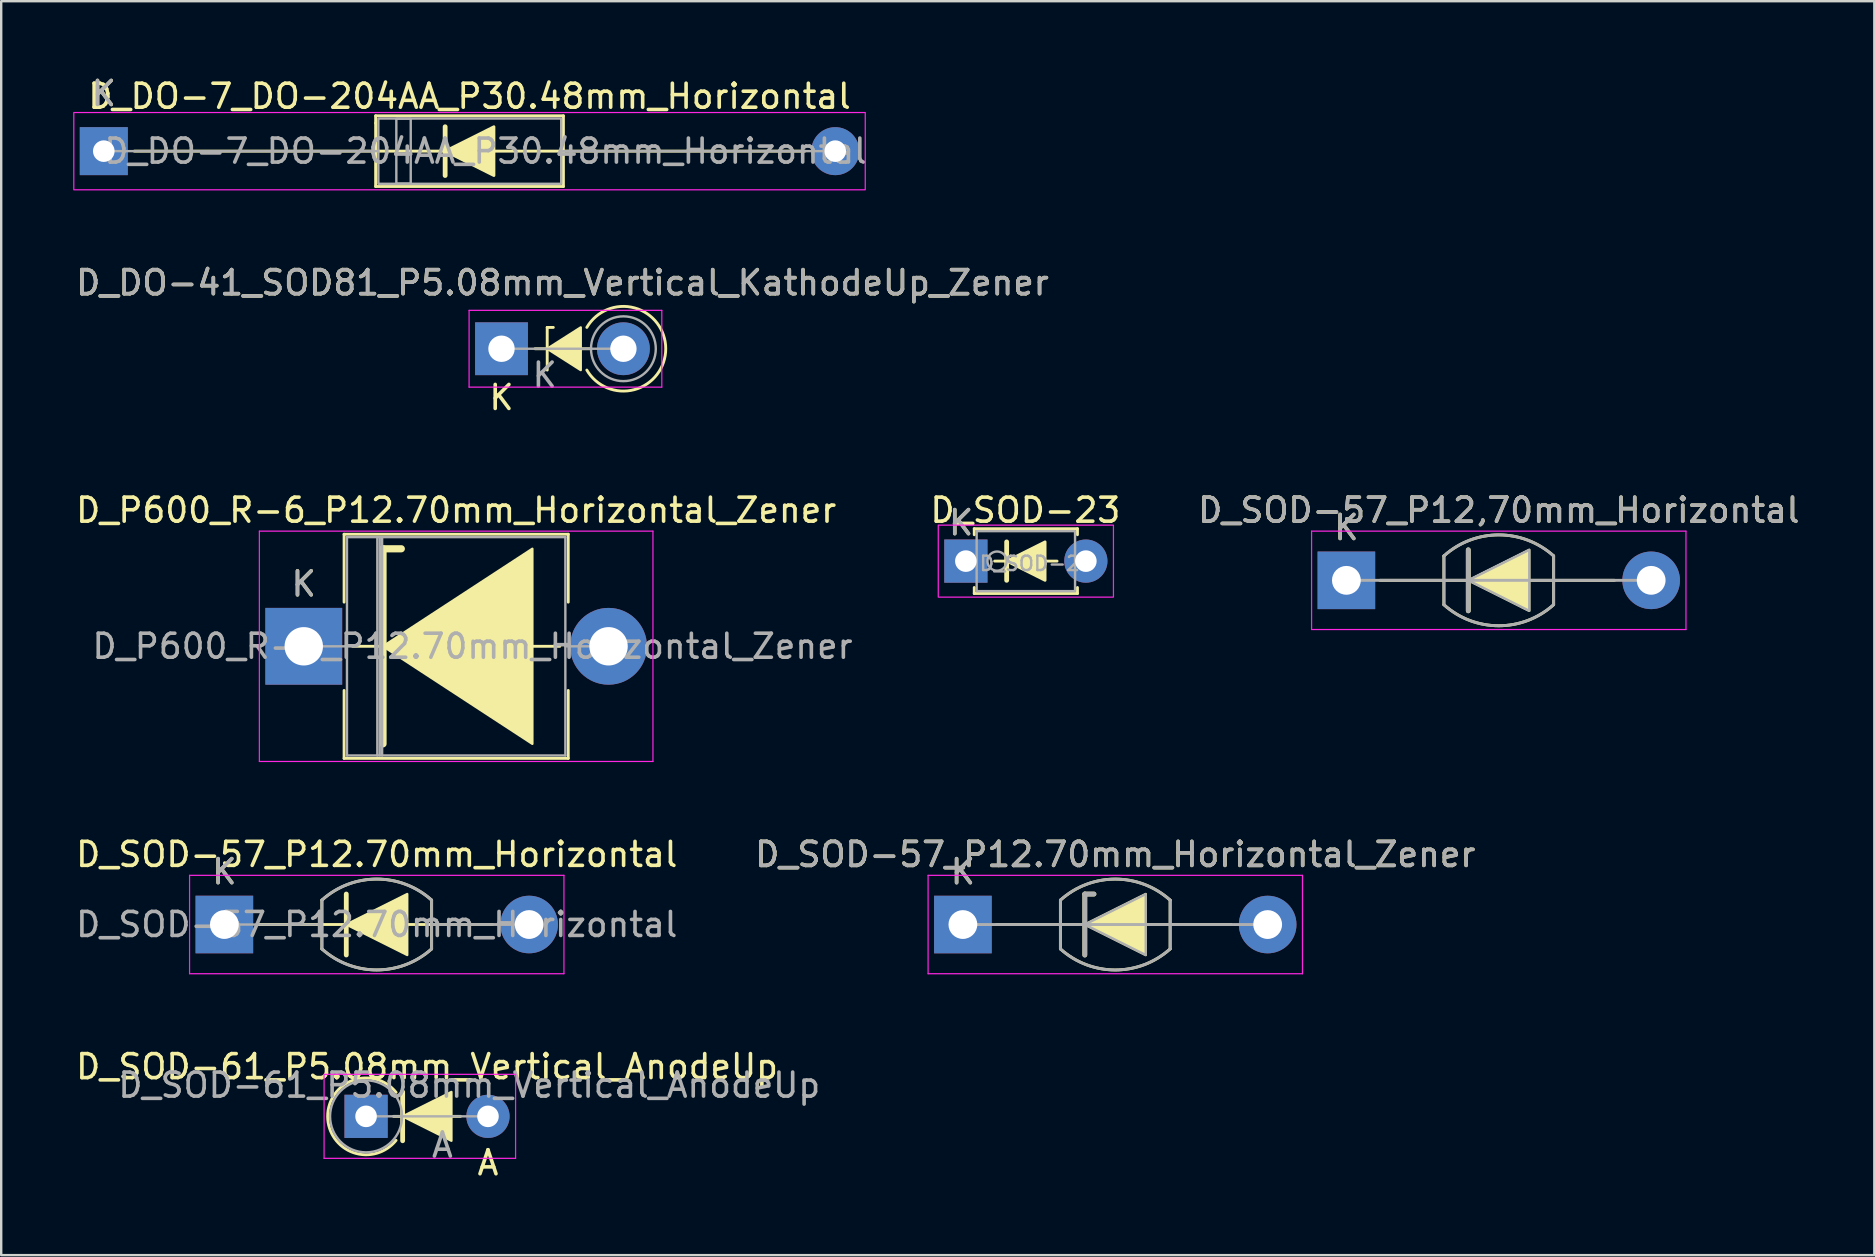
<source format=kicad_pcb>
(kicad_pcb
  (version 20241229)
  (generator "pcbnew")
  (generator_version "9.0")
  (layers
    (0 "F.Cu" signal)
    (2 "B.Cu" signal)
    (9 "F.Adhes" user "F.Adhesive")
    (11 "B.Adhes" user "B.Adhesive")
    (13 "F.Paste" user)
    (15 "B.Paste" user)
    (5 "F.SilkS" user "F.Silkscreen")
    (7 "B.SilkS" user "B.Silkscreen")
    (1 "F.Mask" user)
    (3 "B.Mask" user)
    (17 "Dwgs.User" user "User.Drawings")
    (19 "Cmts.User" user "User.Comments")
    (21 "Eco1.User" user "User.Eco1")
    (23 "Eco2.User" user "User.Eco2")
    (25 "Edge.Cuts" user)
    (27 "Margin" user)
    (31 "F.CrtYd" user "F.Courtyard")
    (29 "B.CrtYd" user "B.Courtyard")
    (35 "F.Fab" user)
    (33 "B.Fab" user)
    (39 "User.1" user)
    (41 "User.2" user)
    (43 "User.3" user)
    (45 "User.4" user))
  (footprint "D_DO-7_DO-204AA_P30.48mm_Horizontal"
    (layer "F.Cu")
    (at 1.275 3.248)
    (property "Reference" "D_DO-7_DO-204AA_P30.48mm_Horizontal" (at 15.24 -2.286 0) (layer "F.SilkS") (effects (font (size 1 1) (thickness 0.15))))
    (fp_line (start 1.27 0) (end 29.21 0) (stroke (width 0.12) (type default)) (layer "F.SilkS"))
    (fp_line (start 11.328 -1.473) (end 11.328 -1.168) (stroke (width 0.12) (type default)) (layer "F.SilkS"))
    (fp_line (start 11.328 -1.473) (end 19.152 -1.473) (stroke (width 0.12) (type default)) (layer "F.SilkS"))
    (fp_line (start 11.328 -1.168) (end 11.328 1.473) (stroke (width 0.12) (type default)) (layer "F.SilkS"))
    (fp_line (start 11.328 1.473) (end 19.152 1.473) (stroke (width 0.12) (type default)) (layer "F.SilkS"))
    (fp_line (start 14.224 -1.016) (end 14.224 1.016) (stroke (width 0.2) (type default)) (layer "F.SilkS"))
    (fp_line (start 19.152 -1.473) (end 19.152 -0.61) (stroke (width 0.12) (type default)) (layer "F.SilkS"))
    (fp_line (start 19.152 -0.61) (end 19.152 1.473) (stroke (width 0.12) (type default)) (layer "F.SilkS"))
    (fp_poly (pts (xy 16.256 1.016) (xy 14.224 0) (xy 16.256 -1.016)) (stroke (width 0.12) (type solid)) (fill yes) (layer "F.SilkS"))
    (fp_rect (start -1.25 -1.61) (end 31.73 1.61) (stroke (width 0.05) (type default)) (fill no) (layer "F.CrtYd"))
    (fp_line (start 0 0) (end 11.44 0) (stroke (width 0.1) (type solid)) (layer "F.Fab"))
    (fp_line (start 30.48 0) (end 19.06 0) (stroke (width 0.1) (type solid)) (layer "F.Fab"))
    (fp_rect (start 11.44 -1.36) (end 19.06 1.36) (stroke (width 0.1) (type default)) (fill no) (layer "F.Fab"))
    (fp_rect (start 12.19 -1.35) (end 12.79 1.35) (stroke (width 0.1) (type solid)) (fill no) (layer "F.Fab"))
    (fp_text user "K" (at 0 -2.4 0) (layer "F.SilkS") (effects (font (size 1 1) (thickness 0.15))))
    (fp_text user "${REFERENCE}" (at 15.908 0 0) (layer "F.Fab") (effects (font (size 1 1) (thickness 0.15))))
    (fp_text user "K" (at 0 -2.4 0) (layer "F.Fab") (effects (font (size 1 1) (thickness 0.15))))
    (pad "1" thru_hole rect (at 0 0) (size 2 2) (drill 0.9) (layers "*.Cu" "*.Mask"))
    (pad "2" thru_hole oval (at 30.48 0) (size 2 2) (drill 0.9) (layers "*.Cu" "*.Mask")))
  (footprint "D_SOD-57_P12,70mm_Horizontal"
    (layer "F.Cu")
    (at 53.053 21.132)
    (property "Reference" "D_SOD-57_P12,70mm_Horizontal" (at 6.35 -2.92 0) (layer "F.SilkS") (effects (font (size 1 1) (thickness 0.15))))
    (attr through_hole)
    (fp_line (start 1.397 0) (end 11.176 0) (stroke (width 0.12) (type solid)) (layer "F.SilkS"))
    (fp_line (start 4.064 -1.016) (end 4.064 1.016) (stroke (width 0.12) (type solid)) (layer "F.SilkS"))
    (fp_line (start 5.08 1.27) (end 5.08 -1.27) (stroke (width 0.2) (type solid)) (layer "F.SilkS"))
    (fp_line (start 8.636 -1.016) (end 8.636 1.016) (stroke (width 0.12) (type solid)) (layer "F.SilkS"))
    (fp_arc (start 4.064 -1.016) (mid 6.349999 -1.89322) (end 8.635998 -1.016) (stroke (width 0.12) (type solid)) (layer "F.SilkS"))
    (fp_arc (start 8.636 1.016) (mid 6.350001 1.89322) (end 4.064002 1.016) (stroke (width 0.12) (type solid)) (layer "F.SilkS"))
    (fp_poly (pts (xy 7.62 1.27) (xy 5.08 0) (xy 7.62 -1.27)) (stroke (width 0.1) (type solid)) (fill yes) (layer "F.SilkS"))
    (fp_line (start -1.45 -2.05) (end -1.45 2.05) (stroke (width 0.05) (type solid)) (layer "F.CrtYd"))
    (fp_line (start -1.45 2.05) (end 14.15 2.05) (stroke (width 0.05) (type solid)) (layer "F.CrtYd"))
    (fp_line (start 14.15 -2.05) (end -1.45 -2.05) (stroke (width 0.05) (type solid)) (layer "F.CrtYd"))
    (fp_line (start 14.15 2.05) (end 14.15 -2.05) (stroke (width 0.05) (type solid)) (layer "F.CrtYd"))
    (fp_line (start 0 0) (end 12.7 0) (stroke (width 0.12) (type solid)) (layer "F.Fab"))
    (fp_line (start 4.064 -1.016) (end 4.064 1.016) (stroke (width 0.12) (type solid)) (layer "F.Fab"))
    (fp_line (start 5.08 1.27) (end 5.08 -1.27) (stroke (width 0.2) (type solid)) (layer "F.Fab"))
    (fp_line (start 8.636 -1.016) (end 8.636 1.016) (stroke (width 0.12) (type solid)) (layer "F.Fab"))
    (fp_arc (start 4.064 -1.016) (mid 6.35037 -1.894241) (end 8.637132 -1.017021) (stroke (width 0.12) (type solid)) (layer "F.Fab"))
    (fp_arc (start 8.637134 1.014979) (mid 6.350764 1.89322) (end 4.064002 1.016) (stroke (width 0.12) (type solid)) (layer "F.Fab"))
    (fp_poly (pts (xy 7.62 1.27) (xy 5.08 0) (xy 7.62 -1.27)) (stroke (width 0.1) (type solid)) (fill no) (layer "F.Fab"))
    (fp_text user "K" (at 0 -2.2 0) (layer "F.SilkS") (effects (font (size 1 1) (thickness 0.15))))
    (fp_text user "K" (at 0 -2.2 0) (layer "F.Fab") (effects (font (size 1 1) (thickness 0.15))))
    (fp_text user "${REFERENCE}" (at 6.35 -2.921 0) (layer "F.Fab") (effects (font (size 1 1) (thickness 0.15))))
    (pad "1" thru_hole rect (at 0 0) (size 2.4 2.4) (drill 1.2) (layers "*.Cu" "*.Mask"))
    (pad "2" thru_hole oval (at 12.7 0) (size 2.4 2.4) (drill 1.2) (layers "*.Cu" "*.Mask")))
  (footprint "D_SOD-57_P12.70mm_Horizontal_Zener"
    (layer "F.Cu")
    (at 37.073 35.475)
    (property "Reference" "D_SOD-57_P12.70mm_Horizontal_Zener" (at 6.35 -2.92 0) (layer "F.SilkS") (effects (font (size 1 1) (thickness 0.15))))
    (attr through_hole)
    (fp_line (start 1.397 0) (end 11.176 0) (stroke (width 0.12) (type solid)) (layer "F.SilkS"))
    (fp_line (start 4.064 -1.016) (end 4.064 1.016) (stroke (width 0.12) (type solid)) (layer "F.SilkS"))
    (fp_line (start 5.08 -1.27) (end 5.461 -1.27) (stroke (width 0.2) (type solid)) (layer "F.SilkS"))
    (fp_line (start 5.08 1.27) (end 5.08 -1.27) (stroke (width 0.2) (type solid)) (layer "F.SilkS"))
    (fp_line (start 8.636 -1.016) (end 8.636 1.016) (stroke (width 0.12) (type solid)) (layer "F.SilkS"))
    (fp_arc (start 4.064 -1.016) (mid 6.349999 -1.89322) (end 8.635998 -1.016) (stroke (width 0.12) (type solid)) (layer "F.SilkS"))
    (fp_arc (start 8.636 1.016) (mid 6.350001 1.89322) (end 4.064002 1.016) (stroke (width 0.12) (type solid)) (layer "F.SilkS"))
    (fp_poly (pts (xy 7.62 1.27) (xy 5.08 0) (xy 7.62 -1.27)) (stroke (width 0.1) (type solid)) (fill yes) (layer "F.SilkS"))
    (fp_line (start -1.45 -2.05) (end -1.45 2.05) (stroke (width 0.05) (type solid)) (layer "F.CrtYd"))
    (fp_line (start -1.45 2.05) (end 14.15 2.05) (stroke (width 0.05) (type solid)) (layer "F.CrtYd"))
    (fp_line (start 14.15 -2.05) (end -1.45 -2.05) (stroke (width 0.05) (type solid)) (layer "F.CrtYd"))
    (fp_line (start 14.15 2.05) (end 14.15 -2.05) (stroke (width 0.05) (type solid)) (layer "F.CrtYd"))
    (fp_line (start 0 0) (end 12.7 0) (stroke (width 0.12) (type solid)) (layer "F.Fab"))
    (fp_line (start 4.064 -1.016) (end 4.064 1.016) (stroke (width 0.12) (type solid)) (layer "F.Fab"))
    (fp_line (start 5.08 -1.27) (end 5.461 -1.27) (stroke (width 0.2) (type solid)) (layer "F.Fab"))
    (fp_line (start 5.08 1.27) (end 5.08 -1.27) (stroke (width 0.2) (type solid)) (layer "F.Fab"))
    (fp_line (start 8.636 -1.016) (end 8.636 1.016) (stroke (width 0.12) (type solid)) (layer "F.Fab"))
    (fp_arc (start 4.064 -1.016) (mid 6.35037 -1.894241) (end 8.637132 -1.017021) (stroke (width 0.12) (type solid)) (layer "F.Fab"))
    (fp_arc (start 8.637134 1.014979) (mid 6.350764 1.89322) (end 4.064002 1.016) (stroke (width 0.12) (type solid)) (layer "F.Fab"))
    (fp_poly (pts (xy 7.62 1.27) (xy 5.08 0) (xy 7.62 -1.27)) (stroke (width 0.1) (type solid)) (fill no) (layer "F.Fab"))
    (fp_text user "K" (at 0 -2.2 0) (layer "F.SilkS") (effects (font (size 1 1) (thickness 0.15))))
    (fp_text user "K" (at 0 -2.2 0) (layer "F.Fab") (effects (font (size 1 1) (thickness 0.15))))
    (fp_text user "${REFERENCE}" (at 6.35 -2.921 0) (layer "F.Fab") (effects (font (size 1 1) (thickness 0.15))))
    (pad "1" thru_hole rect (at 0 0) (size 2.4 2.4) (drill 1.2) (layers "*.Cu" "*.Mask"))
    (pad "2" thru_hole oval (at 12.7 0) (size 2.4 2.4) (drill 1.2) (layers "*.Cu" "*.Mask")))
  (footprint "D_SOD-23"
    (layer "F.Cu")
    (at 37.197 20.331)
    (property "Reference" "D_SOD-23" (at 2.48 -2.12 0) (layer "F.SilkS") (effects (font (size 1 1) (thickness 0.15))))
    (attr through_hole)
    (fp_line (start 0.35 -1.35) (end 4.65 -1.35) (stroke (width 0.12) (type default)) (layer "F.SilkS"))
    (fp_line (start 0.35 -1.1) (end 0.35 -1.35) (stroke (width 0.12) (type default)) (layer "F.SilkS"))
    (fp_line (start 0.35 1.35) (end 0.35 1.1) (stroke (width 0.12) (type default)) (layer "F.SilkS"))
    (fp_line (start 1.2 0) (end 3.8 0) (stroke (width 0.12) (type default)) (layer "F.SilkS"))
    (fp_line (start 1.7 -0.8) (end 1.7 0.8) (stroke (width 0.2) (type default)) (layer "F.SilkS"))
    (fp_line (start 4.65 -1.35) (end 4.65 -1.1) (stroke (width 0.12) (type default)) (layer "F.SilkS"))
    (fp_line (start 4.65 1.1) (end 4.65 1.35) (stroke (width 0.12) (type default)) (layer "F.SilkS"))
    (fp_line (start 4.65 1.35) (end 0.35 1.35) (stroke (width 0.12) (type default)) (layer "F.SilkS"))
    (fp_poly (pts (xy 1.7 0) (xy 3.3 -0.8) (xy 3.3 0.8)) (stroke (width 0.12) (type solid)) (fill yes) (layer "F.SilkS"))
    (fp_rect (start -1.15 -1.5) (end 6.15 1.5) (stroke (width 0.05) (type default)) (fill no) (layer "F.CrtYd"))
    (fp_rect (start 0.45 -1.25) (end 4.55 1.25) (stroke (width 0.1) (type default)) (fill no) (layer "F.Fab"))
    (fp_circle (center 1.3 0) (end 1.7 0) (stroke (width 0.1) (type solid)) (fill no) (layer "F.Fab"))
    (fp_text user "K" (at -0.2 -1.6 0) (layer "F.SilkS") (effects (font (size 1 1) (thickness 0.15))))
    (fp_text user "K" (at -0.2 -1.6 0) (layer "F.Fab") (effects (font (size 1 1) (thickness 0.15))))
    (fp_text user "${REFERENCE}" (at 2.95 0.1 0) (layer "F.Fab") (effects (font (size 0.6 0.6) (thickness 0.1) (bold yes))))
    (pad "1" thru_hole rect (at 0 0) (size 1.8 1.8) (drill 0.9) (layers "*.Cu" "*.Mask"))
    (pad "2" thru_hole oval (at 5 0) (size 1.8 1.8) (drill 0.9) (layers "*.Cu" "*.Mask")))
  (footprint "D_P600_R-6_P12.70mm_Horizontal_Zener"
    (layer "F.Cu")
    (at 9.608 23.881)
    (property "Reference" "D_P600_R-6_P12.70mm_Horizontal_Zener" (at 6.35 -5.67 0) (layer "F.SilkS") (effects (font (size 1 1) (thickness 0.15))))
    (attr through_hole)
    (fp_line (start 1.68 -4.67) (end 11.02 -4.67) (stroke (width 0.12) (type solid)) (layer "F.SilkS"))
    (fp_line (start 1.68 -1.84) (end 1.68 -4.67) (stroke (width 0.12) (type solid)) (layer "F.SilkS"))
    (fp_line (start 1.68 1.84) (end 1.68 4.67) (stroke (width 0.12) (type solid)) (layer "F.SilkS"))
    (fp_line (start 1.68 4.67) (end 11.02 4.67) (stroke (width 0.12) (type solid)) (layer "F.SilkS"))
    (fp_line (start 3.175 0) (end 2.032 0) (stroke (width 0.12) (type solid)) (layer "F.SilkS"))
    (fp_line (start 3.302 -4.064) (end 3.302 4.064) (stroke (width 0.3) (type solid)) (layer "F.SilkS"))
    (fp_line (start 3.302 -4.064) (end 4.064 -4.064) (stroke (width 0.3) (type solid)) (layer "F.SilkS"))
    (fp_line (start 9.398 0) (end 10.668 0) (stroke (width 0.12) (type solid)) (layer "F.SilkS"))
    (fp_line (start 11.02 -4.67) (end 11.02 -1.84) (stroke (width 0.12) (type solid)) (layer "F.SilkS"))
    (fp_line (start 11.02 4.67) (end 11.02 1.84) (stroke (width 0.12) (type solid)) (layer "F.SilkS"))
    (fp_poly (pts (xy 9.525 4.064) (xy 3.302 0) (xy 9.525 -4.064)) (stroke (width 0.1) (type solid)) (fill yes) (layer "F.SilkS"))
    (fp_line (start -1.85 -4.8) (end -1.85 4.8) (stroke (width 0.05) (type solid)) (layer "F.CrtYd"))
    (fp_line (start -1.85 4.8) (end 14.55 4.8) (stroke (width 0.05) (type solid)) (layer "F.CrtYd"))
    (fp_line (start 14.55 -4.8) (end -1.85 -4.8) (stroke (width 0.05) (type solid)) (layer "F.CrtYd"))
    (fp_line (start 14.55 4.8) (end 14.55 -4.8) (stroke (width 0.05) (type solid)) (layer "F.CrtYd"))
    (fp_line (start 0 0) (end 1.8 0) (stroke (width 0.1) (type solid)) (layer "F.Fab"))
    (fp_line (start 1.8 -4.55) (end 1.8 4.55) (stroke (width 0.1) (type solid)) (layer "F.Fab"))
    (fp_line (start 1.8 4.55) (end 10.9 4.55) (stroke (width 0.1) (type solid)) (layer "F.Fab"))
    (fp_line (start 3.065 -4.55) (end 3.065 4.55) (stroke (width 0.1) (type solid)) (layer "F.Fab"))
    (fp_line (start 3.165 -4.55) (end 3.165 4.55) (stroke (width 0.1) (type solid)) (layer "F.Fab"))
    (fp_line (start 3.265 -4.55) (end 3.265 4.55) (stroke (width 0.1) (type solid)) (layer "F.Fab"))
    (fp_line (start 10.9 -4.55) (end 1.8 -4.55) (stroke (width 0.1) (type solid)) (layer "F.Fab"))
    (fp_line (start 10.9 4.55) (end 10.9 -4.55) (stroke (width 0.1) (type solid)) (layer "F.Fab"))
    (fp_line (start 12.7 0) (end 10.9 0) (stroke (width 0.1) (type solid)) (layer "F.Fab"))
    (fp_text user "K" (at 0 -2.6 0) (layer "F.SilkS") (effects (font (size 1 1) (thickness 0.15))))
    (fp_text user "${REFERENCE}" (at 7.032 0 0) (layer "F.Fab") (effects (font (size 1 1) (thickness 0.15))))
    (fp_text user "K" (at 0 -2.6 0) (layer "F.Fab") (effects (font (size 1 1) (thickness 0.15))))
    (pad "1" thru_hole rect (at 0 0) (size 3.2 3.2) (drill 1.6) (layers "*.Cu" "*.Mask"))
    (pad "2" thru_hole oval (at 12.7 0) (size 3.2 3.2) (drill 1.6) (layers "*.Cu" "*.Mask")))
  (footprint "D_DO-41_SOD81_P5.08mm_Vertical_KathodeUp_Zener"
    (layer "F.Cu")
    (at 17.847 11.482)
    (property "Reference" "D_DO-41_SOD81_P5.08mm_Vertical_KathodeUp_Zener" (at 2.54 -2.751 0) (layer "F.SilkS") (effects (font (size 1 1) (thickness 0.15))))
    (attr through_hole)
    (fp_line (start 1.905 -0.889) (end 1.905 0.889) (stroke (width 0.12) (type solid)) (layer "F.SilkS"))
    (fp_line (start 1.905 -0.889) (end 2.159 -0.889) (stroke (width 0.12) (type solid)) (layer "F.SilkS"))
    (fp_line (start 3.683 0) (end 1.397 0) (stroke (width 0.12) (type solid)) (layer "F.SilkS"))
    (fp_arc (start 3.556 -0.888999) (mid 6.844339 0.000001) (end 3.556 0.889) (stroke (width 0.12) (type solid)) (layer "F.SilkS"))
    (fp_poly (pts (xy 3.302 0.889) (xy 1.905 0) (xy 3.302 -0.889)) (stroke (width 0.1) (type solid)) (fill yes) (layer "F.SilkS"))
    (fp_line (start -1.35 -1.6) (end -1.35 1.6) (stroke (width 0.05) (type solid)) (layer "F.CrtYd"))
    (fp_line (start -1.35 1.6) (end 6.68 1.6) (stroke (width 0.05) (type solid)) (layer "F.CrtYd"))
    (fp_line (start 6.68 -1.6) (end -1.35 -1.6) (stroke (width 0.05) (type solid)) (layer "F.CrtYd"))
    (fp_line (start 6.68 1.6) (end 6.68 -1.6) (stroke (width 0.05) (type solid)) (layer "F.CrtYd"))
    (fp_line (start 0 0) (end 5.08 0) (stroke (width 0.1) (type solid)) (layer "F.Fab"))
    (fp_circle (center 5.08 0) (end 6.43 0) (stroke (width 0.1) (type solid)) (fill no) (layer "F.Fab"))
    (fp_text user "K" (at 0 2.032 0) (layer "F.SilkS") (effects (font (size 1 1) (thickness 0.15))))
    (fp_text user "${REFERENCE}" (at 2.54 -2.751 0) (layer "F.Fab") (effects (font (size 1 1) (thickness 0.15))))
    (fp_text user "K" (at 1.8 1.1 0) (layer "F.Fab") (effects (font (size 1 1) (thickness 0.15))))
    (pad "1" thru_hole rect (at 0 0) (size 2.2 2.2) (drill 1.1) (layers "*.Cu" "*.Mask"))
    (pad "2" thru_hole oval (at 5.08 0) (size 2.2 2.2) (drill 1.1) (layers "*.Cu" "*.Mask")))
  (footprint "D_SOD-57_P12.70mm_Horizontal"
    (layer "F.Cu")
    (at 6.299 35.474)
    (property "Reference" "D_SOD-57_P12.70mm_Horizontal" (at 6.35 -2.92 0) (layer "F.SilkS") (effects (font (size 1 1) (thickness 0.15))))
    (attr through_hole)
    (fp_line (start 1.397 0) (end 11.176 0) (stroke (width 0.12) (type solid)) (layer "F.SilkS"))
    (fp_line (start 4.064 -1.016) (end 4.064 1.016) (stroke (width 0.12) (type solid)) (layer "F.SilkS"))
    (fp_line (start 5.08 1.27) (end 5.08 -1.27) (stroke (width 0.2) (type solid)) (layer "F.SilkS"))
    (fp_line (start 8.636 -1.016) (end 8.636 1.016) (stroke (width 0.12) (type solid)) (layer "F.SilkS"))
    (fp_arc (start 4.064 -1.016) (mid 6.349999 -1.89322) (end 8.635998 -1.016) (stroke (width 0.12) (type solid)) (layer "F.SilkS"))
    (fp_arc (start 8.636 1.016) (mid 6.350001 1.89322) (end 4.064002 1.016) (stroke (width 0.12) (type solid)) (layer "F.SilkS"))
    (fp_poly (pts (xy 7.62 1.27) (xy 5.08 0) (xy 7.62 -1.27)) (stroke (width 0.1) (type solid)) (fill yes) (layer "F.SilkS"))
    (fp_line (start -1.45 -2.05) (end -1.45 2.05) (stroke (width 0.05) (type solid)) (layer "F.CrtYd"))
    (fp_line (start -1.45 2.05) (end 14.15 2.05) (stroke (width 0.05) (type solid)) (layer "F.CrtYd"))
    (fp_line (start 14.15 -2.05) (end -1.45 -2.05) (stroke (width 0.05) (type solid)) (layer "F.CrtYd"))
    (fp_line (start 14.15 2.05) (end 14.15 -2.05) (stroke (width 0.05) (type solid)) (layer "F.CrtYd"))
    (fp_line (start 0 0) (end 4.064 0) (stroke (width 0.1) (type solid)) (layer "F.Fab"))
    (fp_line (start 4.064 -1.016) (end 4.064 1.016) (stroke (width 0.12) (type solid)) (layer "F.Fab"))
    (fp_line (start 8.636 -1.016) (end 8.636 1.016) (stroke (width 0.12) (type solid)) (layer "F.Fab"))
    (fp_line (start 8.636 0) (end 12.7 0) (stroke (width 0.12) (type solid)) (layer "F.Fab"))
    (fp_arc (start 4.064 -1.016) (mid 6.35037 -1.894241) (end 8.637132 -1.017021) (stroke (width 0.12) (type solid)) (layer "F.Fab"))
    (fp_arc (start 8.637134 1.014979) (mid 6.350764 1.89322) (end 4.064002 1.016) (stroke (width 0.12) (type solid)) (layer "F.Fab"))
    (fp_text user "K" (at 0 -2.2 0) (layer "F.SilkS") (effects (font (size 1 1) (thickness 0.15))))
    (fp_text user "K" (at 0 -2.2 0) (layer "F.Fab") (effects (font (size 1 1) (thickness 0.15))))
    (fp_text user "${REFERENCE}" (at 6.35 0 0) (layer "F.Fab") (effects (font (size 1 1) (thickness 0.15))))
    (pad "1" thru_hole rect (at 0 0) (size 2.4 2.4) (drill 1.2) (layers "*.Cu" "*.Mask"))
    (pad "2" thru_hole oval (at 12.7 0) (size 2.4 2.4) (drill 1.2) (layers "*.Cu" "*.Mask")))
  (footprint "D_SOD-61_P5.08mm_Vertical_AnodeUp"
    (layer "F.Cu")
    (at 12.204 43.468)
    (property "Reference" "D_SOD-61_P5.08mm_Vertical_AnodeUp" (at 2.54 -2.07 0) (layer "F.SilkS") (effects (font (size 1 1) (thickness 0.15))))
    (attr through_hole)
    (fp_line (start 1.143 0) (end 2.413 0) (stroke (width 0.12) (type solid)) (layer "F.SilkS"))
    (fp_line (start 1.524 -1.016) (end 1.524 1.016) (stroke (width 0.2) (type solid)) (layer "F.SilkS"))
    (fp_line (start 1.92 0) (end 3.937 0) (stroke (width 0.12) (type solid)) (layer "F.SilkS"))
    (fp_arc (start 1.25 1) (mid -1.600781 0) (end 1.25 -1) (stroke (width 0.12) (type default)) (layer "F.SilkS"))
    (fp_poly (pts (xy 3.556 1.016) (xy 1.524 0) (xy 3.556 -1.016)) (stroke (width 0.1) (type solid)) (fill yes) (layer "F.SilkS"))
    (fp_line (start -1.75 -1.75) (end -1.75 1.75) (stroke (width 0.05) (type solid)) (layer "F.CrtYd"))
    (fp_line (start -1.75 1.75) (end 6.23 1.75) (stroke (width 0.05) (type solid)) (layer "F.CrtYd"))
    (fp_line (start 6.23 -1.75) (end -1.75 -1.75) (stroke (width 0.05) (type solid)) (layer "F.CrtYd"))
    (fp_line (start 6.23 1.75) (end 6.23 -1.75) (stroke (width 0.05) (type solid)) (layer "F.CrtYd"))
    (fp_line (start 0 0) (end 5.08 0) (stroke (width 0.1) (type solid)) (layer "F.Fab"))
    (fp_circle (center 0 0) (end 1.5 0) (stroke (width 0.1) (type solid)) (fill no) (layer "F.Fab"))
    (fp_text user "A" (at 5.08 1.936 0) (layer "F.SilkS") (effects (font (size 1 1) (thickness 0.15))))
    (fp_text user "A" (at 3.18 1.2 0) (layer "F.Fab") (effects (font (size 1 1) (thickness 0.15))))
    (fp_text user "${REFERENCE}" (at 4.3 -1.3 0) (layer "F.Fab") (effects (font (size 1 1) (thickness 0.15))))
    (pad "1" thru_hole rect (at 0 0) (size 1.8 1.8) (drill 0.9) (layers "*.Cu" "*.Mask"))
    (pad "2" thru_hole oval (at 5.08 0) (size 1.8 1.8) (drill 0.9) (layers "*.Cu" "*.Mask")))
  (gr_rect
    (start -3 -3)
    (end 75.052 49.252)
    (stroke (width 0.1) (type default))
    (fill no)
    (layer "Edge.Cuts")))
</source>
